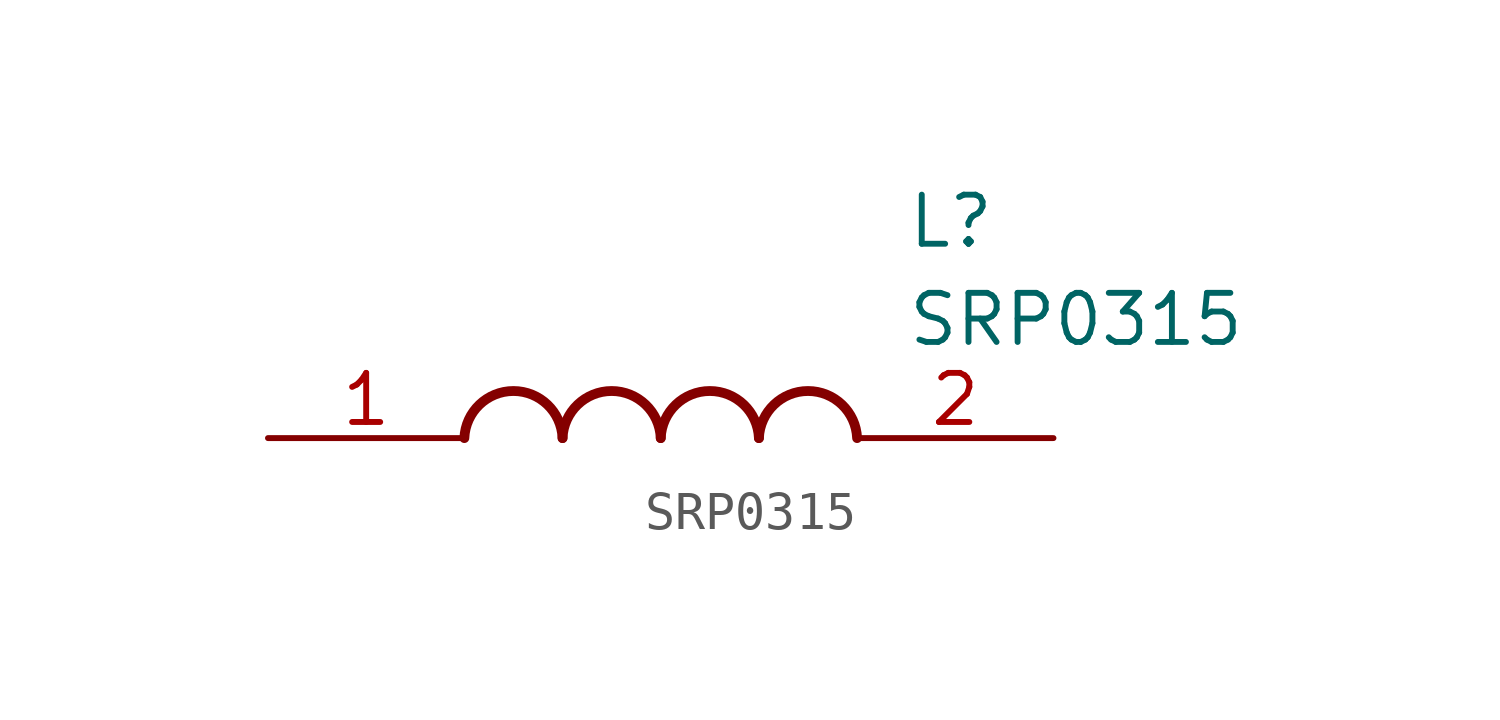
<source format=kicad_sym>
(kicad_symbol_lib
  (version 20220914)
  (generator kicad_symbol_editor)
  (symbol "SRP0315"
    (pin_names hide)
    (property "Reference" "L"
      (at 16.51 6.35 0)
      (effects (font (size 1.27 1.27)) (justify left top)))
    (property "Value" "SRP0315"
      (at 16.51 3.81 0)
      (effects (font (size 1.27 1.27)) (justify left top)))
    (symbol "SRP0315_1_1"
      (arc (start 7.62 0) (mid 6.35 1.219) (end 5.08 0) (stroke (width 0.254) (type default)) (fill (type none)))
      (arc (start 10.16 0) (mid 8.89 1.219) (end 7.62 0) (stroke (width 0.254) (type default)) (fill (type none)))
      (arc (start 12.7 0) (mid 11.43 1.219) (end 10.16 0) (stroke (width 0.254) (type default)) (fill (type none)))
      (arc (start 15.24 0) (mid 13.97 1.219) (end 12.7 0) (stroke (width 0.254) (type default)) (fill (type none)))
      (pin passive line (at 0 0 0) (length 5.08) (name "1" (effects (font (size 1.27 1.27)))) (number "1" (effects (font (size 1.27 1.27)))))
      (pin passive line (at 20.32 0 180) (length 5.08) (name "2" (effects (font (size 1.27 1.27)))) (number "2" (effects (font (size 1.27 1.27))))))))
</source>
